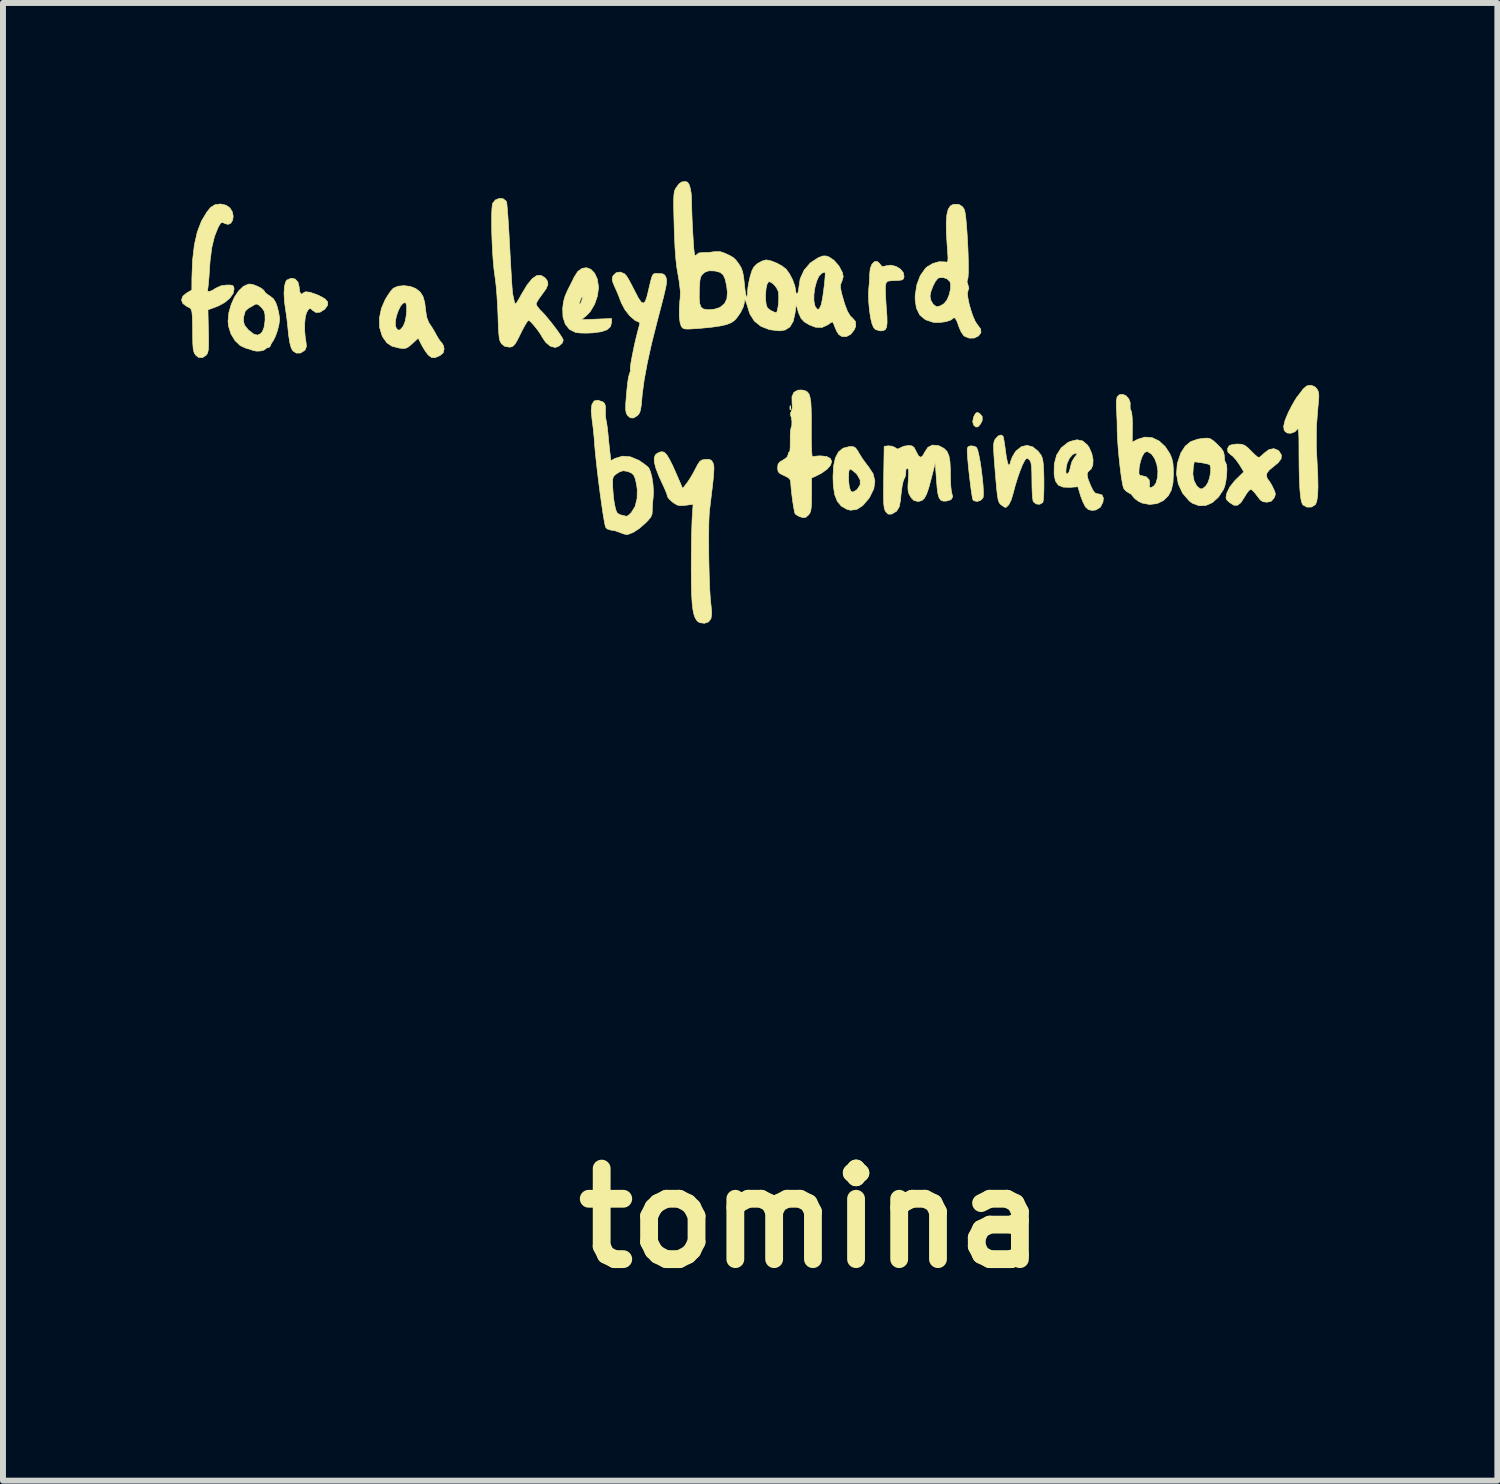
<source format=kicad_pcb>
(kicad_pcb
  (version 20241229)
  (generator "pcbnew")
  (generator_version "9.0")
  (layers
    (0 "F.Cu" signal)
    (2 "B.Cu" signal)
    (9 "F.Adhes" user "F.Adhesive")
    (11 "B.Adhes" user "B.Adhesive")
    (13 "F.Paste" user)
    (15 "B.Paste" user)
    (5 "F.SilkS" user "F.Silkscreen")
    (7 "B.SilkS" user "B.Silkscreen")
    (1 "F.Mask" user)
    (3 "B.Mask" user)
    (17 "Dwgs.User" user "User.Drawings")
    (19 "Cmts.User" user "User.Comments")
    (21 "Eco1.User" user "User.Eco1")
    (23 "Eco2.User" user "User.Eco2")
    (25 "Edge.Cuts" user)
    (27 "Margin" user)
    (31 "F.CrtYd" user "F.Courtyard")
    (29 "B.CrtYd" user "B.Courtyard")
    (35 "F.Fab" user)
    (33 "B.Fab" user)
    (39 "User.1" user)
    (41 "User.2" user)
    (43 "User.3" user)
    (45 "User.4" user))
  (footprint "tomina"
    (layer "F.Cu")
    (at 10.597 17.454)
    (property "Reference" "tomina" (at 0 0 0) (layer "F.SilkS") (effects (font (size 1.524 1.524) (thickness 0.3))))
    (attr through_hole)
    (fp_poly (pts (xy -0.339 -13.672) (xy -0.335 -13.62) (xy -0.339 -13.608) (xy -0.348 -13.605) (xy -0.352 -13.64) (xy -0.348 -13.676) (xy -0.339 -13.672)) (stroke (width 0.01) (type solid)) (fill yes) (layer "F.SilkS"))
    (fp_poly (pts (xy 2.838 -13.548) (xy 2.885 -13.495) (xy 2.885 -13.425) (xy 2.859 -13.372) (xy 2.816 -13.321) (xy 2.779 -13.316) (xy 2.743 -13.347) (xy 2.725 -13.405) (xy 2.74 -13.483) (xy 2.768 -13.538) (xy 2.798 -13.563) (xy 2.838 -13.548)) (stroke (width 0.01) (type solid)) (fill yes) (layer "F.SilkS"))
    (fp_poly (pts (xy 2.756 -12.992) (xy 2.791 -12.97) (xy 2.81 -12.926) (xy 2.83 -12.842) (xy 2.851 -12.731) (xy 2.87 -12.603) (xy 2.886 -12.471) (xy 2.899 -12.345) (xy 2.905 -12.237) (xy 2.905 -12.159) (xy 2.899 -12.126) (xy 2.858 -12.082) (xy 2.801 -12.064) (xy 2.747 -12.075) (xy 2.728 -12.094) (xy 2.72 -12.128) (xy 2.707 -12.202) (xy 2.693 -12.306) (xy 2.678 -12.428) (xy 2.663 -12.557) (xy 2.65 -12.684) (xy 2.64 -12.797) (xy 2.634 -12.886) (xy 2.633 -12.89) (xy 2.634 -12.956) (xy 2.65 -12.987) (xy 2.689 -12.999) (xy 2.695 -13) (xy 2.756 -12.992)) (stroke (width 0.01) (type solid)) (fill yes) (layer "F.SilkS"))
    (fp_poly (pts (xy 8.493 -13.988) (xy 8.52 -13.956) (xy 8.54 -13.919) (xy 8.55 -13.875) (xy 8.551 -13.812) (xy 8.543 -13.717) (xy 8.537 -13.657) (xy 8.511 -13.325) (xy 8.509 -12.986) (xy 8.52 -12.764) (xy 8.533 -12.514) (xy 8.537 -12.313) (xy 8.531 -12.162) (xy 8.515 -12.06) (xy 8.493 -12.01) (xy 8.428 -11.97) (xy 8.353 -11.968) (xy 8.289 -12.002) (xy 8.274 -12.021) (xy 8.257 -12.067) (xy 8.243 -12.149) (xy 8.232 -12.27) (xy 8.224 -12.432) (xy 8.219 -12.639) (xy 8.217 -12.892) (xy 8.217 -12.986) (xy 8.216 -13.136) (xy 8.211 -13.236) (xy 8.204 -13.285) (xy 8.194 -13.284) (xy 8.148 -13.236) (xy 8.078 -13.211) (xy 8.015 -13.217) (xy 7.969 -13.257) (xy 7.959 -13.328) (xy 7.984 -13.433) (xy 8.04 -13.566) (xy 8.091 -13.665) (xy 8.141 -13.754) (xy 8.181 -13.818) (xy 8.19 -13.829) (xy 8.244 -13.898) (xy 8.288 -13.957) (xy 8.351 -14.01) (xy 8.425 -14.02) (xy 8.493 -13.988)) (stroke (width 0.01) (type solid)) (fill yes) (layer "F.SilkS"))
    (fp_poly (pts (xy -3.701 -15.97) (xy -3.639 -15.906) (xy -3.594 -15.809) (xy -3.574 -15.682) (xy -3.573 -15.66) (xy -3.591 -15.522) (xy -3.639 -15.383) (xy -3.711 -15.261) (xy -3.776 -15.193) (xy -3.861 -15.122) (xy -3.353 -15.143) (xy -3.353 -15.082) (xy -3.37 -15.009) (xy -3.426 -14.956) (xy -3.523 -14.921) (xy -3.664 -14.902) (xy -3.67 -14.901) (xy -3.779 -14.897) (xy -3.879 -14.899) (xy -3.951 -14.907) (xy -3.957 -14.908) (xy -4.059 -14.958) (xy -4.131 -15.046) (xy -4.171 -15.167) (xy -4.176 -15.315) (xy -4.167 -15.385) (xy -3.898 -15.385) (xy -3.894 -15.369) (xy -3.874 -15.4) (xy -3.859 -15.434) (xy -3.844 -15.486) (xy -3.844 -15.512) (xy -3.859 -15.498) (xy -3.88 -15.451) (xy -3.882 -15.444) (xy -3.898 -15.385) (xy -4.167 -15.385) (xy -4.163 -15.42) (xy -4.137 -15.517) (xy -4.091 -15.623) (xy -4.046 -15.71) (xy -4.016 -15.77) (xy -3.984 -15.837) (xy -3.922 -15.935) (xy -3.849 -15.987) (xy -3.773 -15.998) (xy -3.701 -15.97)) (stroke (width 0.01) (type solid)) (fill yes) (layer "F.SilkS"))
    (fp_poly (pts (xy 0.717 -12.985) (xy 0.755 -12.963) (xy 0.793 -12.91) (xy 0.812 -12.876) (xy 0.869 -12.784) (xy 0.939 -12.688) (xy 0.968 -12.653) (xy 1.048 -12.531) (xy 1.079 -12.407) (xy 1.061 -12.278) (xy 0.993 -12.139) (xy 0.974 -12.11) (xy 0.875 -11.995) (xy 0.774 -11.93) (xy 0.67 -11.916) (xy 0.61 -11.931) (xy 0.515 -11.984) (xy 0.447 -12.065) (xy 0.402 -12.179) (xy 0.379 -12.332) (xy 0.374 -12.471) (xy 0.375 -12.499) (xy 0.636 -12.499) (xy 0.637 -12.413) (xy 0.646 -12.326) (xy 0.651 -12.297) (xy 0.673 -12.236) (xy 0.71 -12.221) (xy 0.765 -12.253) (xy 0.783 -12.269) (xy 0.831 -12.343) (xy 0.831 -12.425) (xy 0.783 -12.512) (xy 0.754 -12.543) (xy 0.701 -12.588) (xy 0.662 -12.609) (xy 0.652 -12.607) (xy 0.641 -12.57) (xy 0.636 -12.499) (xy 0.375 -12.499) (xy 0.383 -12.657) (xy 0.414 -12.798) (xy 0.467 -12.898) (xy 0.544 -12.96) (xy 0.648 -12.987) (xy 0.665 -12.988) (xy 0.717 -12.985)) (stroke (width 0.01) (type solid)) (fill yes) (layer "F.SilkS"))
    (fp_poly (pts (xy 1.158 -16.07) (xy 1.168 -16.054) (xy 1.196 -16.02) (xy 1.238 -16.021) (xy 1.261 -16.029) (xy 1.346 -16.041) (xy 1.433 -16.02) (xy 1.508 -15.975) (xy 1.558 -15.914) (xy 1.57 -15.845) (xy 1.558 -15.808) (xy 1.526 -15.79) (xy 1.46 -15.783) (xy 1.448 -15.783) (xy 1.357 -15.779) (xy 1.305 -15.773) (xy 1.278 -15.759) (xy 1.265 -15.732) (xy 1.26 -15.712) (xy 1.256 -15.664) (xy 1.257 -15.577) (xy 1.262 -15.464) (xy 1.27 -15.337) (xy 1.271 -15.329) (xy 1.282 -15.179) (xy 1.284 -15.073) (xy 1.277 -15.003) (xy 1.258 -14.961) (xy 1.225 -14.941) (xy 1.176 -14.935) (xy 1.166 -14.935) (xy 1.09 -14.957) (xy 1.057 -14.992) (xy 1.029 -15.059) (xy 1.005 -15.163) (xy 0.987 -15.289) (xy 0.975 -15.424) (xy 0.971 -15.552) (xy 0.976 -15.643) (xy 0.985 -15.744) (xy 0.99 -15.836) (xy 0.991 -15.891) (xy 1.001 -15.985) (xy 1.029 -16.056) (xy 1.069 -16.098) (xy 1.114 -16.105) (xy 1.158 -16.07)) (stroke (width 0.01) (type solid)) (fill yes) (layer "F.SilkS"))
    (fp_poly (pts (xy -8.681 -15.808) (xy -8.632 -15.756) (xy -8.611 -15.672) (xy -8.611 -15.659) (xy -8.602 -15.593) (xy -8.582 -15.556) (xy -8.557 -15.558) (xy -8.547 -15.57) (xy -8.506 -15.593) (xy -8.43 -15.585) (xy -8.317 -15.546) (xy -8.277 -15.529) (xy -8.18 -15.476) (xy -8.132 -15.423) (xy -8.131 -15.368) (xy -8.177 -15.305) (xy -8.187 -15.295) (xy -8.26 -15.249) (xy -8.331 -15.245) (xy -8.382 -15.278) (xy -8.42 -15.311) (xy -8.451 -15.302) (xy -8.485 -15.248) (xy -8.488 -15.242) (xy -8.508 -15.168) (xy -8.519 -15.06) (xy -8.519 -14.936) (xy -8.508 -14.813) (xy -8.497 -14.75) (xy -8.489 -14.677) (xy -8.505 -14.626) (xy -8.522 -14.604) (xy -8.589 -14.562) (xy -8.661 -14.561) (xy -8.718 -14.599) (xy -8.746 -14.65) (xy -8.769 -14.736) (xy -8.789 -14.863) (xy -8.804 -15.011) (xy -8.816 -15.125) (xy -8.833 -15.247) (xy -8.84 -15.289) (xy -8.859 -15.431) (xy -8.866 -15.563) (xy -8.86 -15.674) (xy -8.842 -15.754) (xy -8.82 -15.789) (xy -8.747 -15.821) (xy -8.681 -15.808)) (stroke (width 0.01) (type solid)) (fill yes) (layer "F.SilkS"))
    (fp_poly (pts (xy 6.723 -13.12) (xy 6.771 -13.089) (xy 6.837 -13.03) (xy 6.842 -13.025) (xy 6.91 -12.955) (xy 6.946 -12.9) (xy 6.959 -12.844) (xy 6.96 -12.82) (xy 6.966 -12.755) (xy 6.981 -12.716) (xy 6.984 -12.713) (xy 6.999 -12.678) (xy 7.004 -12.608) (xy 7 -12.518) (xy 6.989 -12.421) (xy 6.971 -12.333) (xy 6.948 -12.268) (xy 6.861 -12.136) (xy 6.76 -12.045) (xy 6.649 -11.996) (xy 6.535 -11.992) (xy 6.423 -12.034) (xy 6.371 -12.072) (xy 6.258 -12.203) (xy 6.186 -12.358) (xy 6.157 -12.521) (xy 6.431 -12.521) (xy 6.451 -12.411) (xy 6.495 -12.327) (xy 6.504 -12.318) (xy 6.551 -12.278) (xy 6.589 -12.275) (xy 6.635 -12.311) (xy 6.655 -12.332) (xy 6.688 -12.387) (xy 6.714 -12.466) (xy 6.729 -12.551) (xy 6.732 -12.626) (xy 6.719 -12.676) (xy 6.711 -12.684) (xy 6.671 -12.697) (xy 6.602 -12.711) (xy 6.57 -12.716) (xy 6.455 -12.732) (xy 6.438 -12.64) (xy 6.431 -12.521) (xy 6.157 -12.521) (xy 6.156 -12.527) (xy 6.169 -12.703) (xy 6.227 -12.876) (xy 6.23 -12.882) (xy 6.302 -12.994) (xy 6.392 -13.069) (xy 6.512 -13.112) (xy 6.607 -13.126) (xy 6.674 -13.13) (xy 6.723 -13.12)) (stroke (width 0.01) (type solid)) (fill yes) (layer "F.SilkS"))
    (fp_poly (pts (xy 4.576 -13.082) (xy 4.656 -13.014) (xy 4.686 -12.97) (xy 4.73 -12.869) (xy 4.751 -12.766) (xy 4.747 -12.675) (xy 4.718 -12.609) (xy 4.699 -12.593) (xy 4.663 -12.559) (xy 4.651 -12.514) (xy 4.665 -12.445) (xy 4.705 -12.345) (xy 4.71 -12.332) (xy 4.749 -12.252) (xy 4.782 -12.209) (xy 4.818 -12.193) (xy 4.838 -12.192) (xy 4.9 -12.174) (xy 4.925 -12.122) (xy 4.918 -12.054) (xy 4.875 -11.968) (xy 4.8 -11.921) (xy 4.741 -11.913) (xy 4.674 -11.925) (xy 4.626 -11.97) (xy 4.614 -11.989) (xy 4.579 -12.06) (xy 4.544 -12.151) (xy 4.533 -12.188) (xy 4.496 -12.311) (xy 4.363 -12.301) (xy 4.246 -12.305) (xy 4.166 -12.339) (xy 4.118 -12.408) (xy 4.096 -12.516) (xy 4.096 -12.562) (xy 4.293 -12.562) (xy 4.3 -12.53) (xy 4.321 -12.527) (xy 4.346 -12.558) (xy 4.366 -12.62) (xy 4.37 -12.645) (xy 4.396 -12.735) (xy 4.441 -12.81) (xy 4.445 -12.814) (xy 4.48 -12.858) (xy 4.478 -12.876) (xy 4.467 -12.878) (xy 4.409 -12.855) (xy 4.355 -12.794) (xy 4.315 -12.708) (xy 4.299 -12.635) (xy 4.293 -12.562) (xy 4.096 -12.562) (xy 4.098 -12.693) (xy 4.138 -12.845) (xy 4.216 -12.967) (xy 4.327 -13.055) (xy 4.367 -13.074) (xy 4.48 -13.102) (xy 4.576 -13.082)) (stroke (width 0.01) (type solid)) (fill yes) (layer "F.SilkS"))
    (fp_poly (pts (xy -6.74 -15.683) (xy -6.648 -15.646) (xy -6.576 -15.59) (xy -6.528 -15.516) (xy -6.498 -15.412) (xy -6.484 -15.291) (xy -6.465 -15.164) (xy -6.43 -15.074) (xy -6.414 -15.05) (xy -6.365 -14.976) (xy -6.315 -14.89) (xy -6.305 -14.87) (xy -6.264 -14.799) (xy -6.224 -14.745) (xy -6.212 -14.734) (xy -6.182 -14.685) (xy -6.172 -14.628) (xy -6.187 -14.566) (xy -6.238 -14.522) (xy -6.247 -14.517) (xy -6.325 -14.484) (xy -6.382 -14.486) (xy -6.433 -14.524) (xy -6.444 -14.535) (xy -6.488 -14.594) (xy -6.536 -14.672) (xy -6.552 -14.702) (xy -6.607 -14.812) (xy -6.709 -14.72) (xy -6.771 -14.666) (xy -6.82 -14.642) (xy -6.874 -14.639) (xy -6.929 -14.646) (xy -7.049 -14.676) (xy -7.134 -14.733) (xy -7.202 -14.827) (xy -7.216 -14.855) (xy -7.258 -14.993) (xy -7.259 -15.027) (xy -6.992 -15.027) (xy -6.985 -14.999) (xy -6.954 -14.95) (xy -6.915 -14.95) (xy -6.869 -15.001) (xy -6.854 -15.026) (xy -6.829 -15.09) (xy -6.812 -15.174) (xy -6.802 -15.263) (xy -6.802 -15.342) (xy -6.813 -15.396) (xy -6.825 -15.411) (xy -6.864 -15.4) (xy -6.905 -15.352) (xy -6.942 -15.277) (xy -6.973 -15.19) (xy -6.991 -15.103) (xy -6.992 -15.027) (xy -7.259 -15.027) (xy -7.261 -15.15) (xy -7.227 -15.314) (xy -7.164 -15.46) (xy -7.112 -15.544) (xy -7.062 -15.615) (xy -7.027 -15.652) (xy -6.95 -15.686) (xy -6.848 -15.696) (xy -6.74 -15.683)) (stroke (width 0.01) (type solid)) (fill yes) (layer "F.SilkS"))
    (fp_poly (pts (xy 7.253 -13.026) (xy 7.305 -13.007) (xy 7.359 -12.965) (xy 7.408 -12.916) (xy 7.468 -12.856) (xy 7.516 -12.815) (xy 7.539 -12.802) (xy 7.568 -12.818) (xy 7.615 -12.86) (xy 7.633 -12.878) (xy 7.713 -12.937) (xy 7.794 -12.953) (xy 7.866 -12.924) (xy 7.883 -12.908) (xy 7.922 -12.844) (xy 7.916 -12.781) (xy 7.865 -12.714) (xy 7.798 -12.659) (xy 7.717 -12.593) (xy 7.677 -12.539) (xy 7.671 -12.509) (xy 7.68 -12.456) (xy 7.695 -12.434) (xy 7.719 -12.404) (xy 7.755 -12.345) (xy 7.776 -12.304) (xy 7.809 -12.232) (xy 7.82 -12.186) (xy 7.809 -12.146) (xy 7.796 -12.12) (xy 7.754 -12.07) (xy 7.692 -12.053) (xy 7.671 -12.052) (xy 7.613 -12.059) (xy 7.568 -12.087) (xy 7.521 -12.147) (xy 7.511 -12.16) (xy 7.463 -12.222) (xy 7.421 -12.261) (xy 7.404 -12.268) (xy 7.374 -12.247) (xy 7.333 -12.193) (xy 7.298 -12.135) (xy 7.238 -12.043) (xy 7.18 -11.999) (xy 7.119 -12.001) (xy 7.047 -12.047) (xy 7.046 -12.048) (xy 7.002 -12.09) (xy 6.988 -12.127) (xy 6.997 -12.182) (xy 7.006 -12.212) (xy 7.052 -12.306) (xy 7.134 -12.41) (xy 7.163 -12.439) (xy 7.289 -12.562) (xy 7.209 -12.693) (xy 7.155 -12.768) (xy 7.101 -12.827) (xy 7.069 -12.85) (xy 7.021 -12.894) (xy 7.014 -12.953) (xy 7.041 -13) (xy 7.084 -13.018) (xy 7.155 -13.029) (xy 7.185 -13.03) (xy 7.253 -13.026)) (stroke (width 0.01) (type solid)) (fill yes) (layer "F.SilkS"))
    (fp_poly (pts (xy -9.383 -15.712) (xy -9.311 -15.684) (xy -9.245 -15.649) (xy -9.203 -15.613) (xy -9.195 -15.596) (xy -9.175 -15.571) (xy -9.126 -15.535) (xy -9.107 -15.524) (xy -9.047 -15.477) (xy -9.006 -15.412) (xy -8.98 -15.339) (xy -8.957 -15.246) (xy -8.943 -15.16) (xy -8.941 -15.126) (xy -8.951 -15.045) (xy -8.975 -14.946) (xy -9.009 -14.849) (xy -9.045 -14.775) (xy -9.059 -14.755) (xy -9.087 -14.709) (xy -9.093 -14.686) (xy -9.114 -14.659) (xy -9.129 -14.656) (xy -9.167 -14.643) (xy -9.174 -14.633) (xy -9.205 -14.611) (xy -9.266 -14.596) (xy -9.334 -14.594) (xy -9.385 -14.605) (xy -9.451 -14.628) (xy -9.502 -14.641) (xy -9.602 -14.686) (xy -9.691 -14.771) (xy -9.759 -14.883) (xy -9.8 -15.012) (xy -9.809 -15.1) (xy -9.808 -15.103) (xy -9.55 -15.103) (xy -9.532 -15.032) (xy -9.471 -14.956) (xy -9.46 -14.945) (xy -9.377 -14.881) (xy -9.311 -14.863) (xy -9.256 -14.89) (xy -9.23 -14.923) (xy -9.203 -14.991) (xy -9.188 -15.087) (xy -9.185 -15.125) (xy -9.187 -15.212) (xy -9.202 -15.27) (xy -9.237 -15.318) (xy -9.252 -15.334) (xy -9.302 -15.378) (xy -9.337 -15.387) (xy -9.367 -15.373) (xy -9.428 -15.336) (xy -9.464 -15.318) (xy -9.518 -15.268) (xy -9.545 -15.176) (xy -9.55 -15.103) (xy -9.808 -15.103) (xy -9.795 -15.241) (xy -9.756 -15.379) (xy -9.699 -15.505) (xy -9.628 -15.61) (xy -9.549 -15.685) (xy -9.467 -15.721) (xy -9.445 -15.723) (xy -9.383 -15.712)) (stroke (width 0.01) (type solid)) (fill yes) (layer "F.SilkS"))
    (fp_poly (pts (xy -9.843 -17.05) (xy -9.779 -17.006) (xy -9.737 -16.939) (xy -9.722 -16.866) (xy -9.731 -16.799) (xy -9.761 -16.749) (xy -9.807 -16.727) (xy -9.857 -16.74) (xy -9.899 -16.759) (xy -9.926 -16.754) (xy -9.953 -16.717) (xy -9.98 -16.667) (xy -10.038 -16.52) (xy -10.082 -16.337) (xy -10.111 -16.111) (xy -10.121 -15.967) (xy -10.129 -15.846) (xy -10.138 -15.742) (xy -10.146 -15.666) (xy -10.152 -15.63) (xy -10.149 -15.601) (xy -10.116 -15.599) (xy -10.062 -15.622) (xy -10.023 -15.649) (xy -9.928 -15.693) (xy -9.836 -15.706) (xy -9.763 -15.706) (xy -9.726 -15.695) (xy -9.711 -15.666) (xy -9.707 -15.64) (xy -9.723 -15.564) (xy -9.779 -15.485) (xy -9.867 -15.411) (xy -9.979 -15.351) (xy -10.008 -15.34) (xy -10.147 -15.289) (xy -10.139 -14.932) (xy -10.136 -14.787) (xy -10.137 -14.684) (xy -10.141 -14.614) (xy -10.151 -14.569) (xy -10.165 -14.539) (xy -10.175 -14.527) (xy -10.24 -14.484) (xy -10.308 -14.49) (xy -10.357 -14.53) (xy -10.38 -14.57) (xy -10.395 -14.632) (xy -10.402 -14.726) (xy -10.403 -14.803) (xy -10.405 -14.974) (xy -10.407 -15.101) (xy -10.411 -15.192) (xy -10.417 -15.253) (xy -10.428 -15.292) (xy -10.444 -15.315) (xy -10.467 -15.33) (xy -10.497 -15.343) (xy -10.568 -15.394) (xy -10.592 -15.455) (xy -10.569 -15.519) (xy -10.507 -15.571) (xy -10.418 -15.623) (xy -10.417 -15.832) (xy -10.405 -16.129) (xy -10.375 -16.384) (xy -10.326 -16.6) (xy -10.256 -16.783) (xy -10.163 -16.937) (xy -10.102 -17.012) (xy -10.027 -17.059) (xy -9.935 -17.071) (xy -9.843 -17.05)) (stroke (width 0.01) (type solid)) (fill yes) (layer "F.SilkS"))
    (fp_poly (pts (xy 3.236 -13.162) (xy 3.245 -13.128) (xy 3.257 -13.058) (xy 3.271 -12.964) (xy 3.275 -12.932) (xy 3.294 -12.797) (xy 3.314 -12.71) (xy 3.332 -12.672) (xy 3.349 -12.683) (xy 3.363 -12.735) (xy 3.392 -12.814) (xy 3.441 -12.895) (xy 3.458 -12.916) (xy 3.546 -12.986) (xy 3.641 -13.008) (xy 3.736 -12.982) (xy 3.825 -12.91) (xy 3.874 -12.845) (xy 3.893 -12.806) (xy 3.906 -12.752) (xy 3.915 -12.674) (xy 3.921 -12.563) (xy 3.924 -12.426) (xy 3.924 -12.295) (xy 3.921 -12.182) (xy 3.915 -12.097) (xy 3.907 -12.05) (xy 3.904 -12.046) (xy 3.854 -12.016) (xy 3.795 -12.021) (xy 3.749 -12.057) (xy 3.742 -12.071) (xy 3.734 -12.119) (xy 3.727 -12.205) (xy 3.723 -12.316) (xy 3.722 -12.426) (xy 3.72 -12.56) (xy 3.715 -12.652) (xy 3.706 -12.713) (xy 3.691 -12.75) (xy 3.679 -12.765) (xy 3.647 -12.791) (xy 3.622 -12.781) (xy 3.597 -12.746) (xy 3.563 -12.68) (xy 3.522 -12.578) (xy 3.479 -12.455) (xy 3.439 -12.324) (xy 3.406 -12.198) (xy 3.404 -12.192) (xy 3.372 -12.087) (xy 3.333 -12.009) (xy 3.292 -11.968) (xy 3.275 -11.963) (xy 3.244 -11.978) (xy 3.201 -12.009) (xy 3.182 -12.028) (xy 3.166 -12.055) (xy 3.153 -12.097) (xy 3.142 -12.161) (xy 3.131 -12.254) (xy 3.119 -12.384) (xy 3.105 -12.552) (xy 3.091 -12.724) (xy 3.082 -12.853) (xy 3.077 -12.946) (xy 3.077 -13.011) (xy 3.082 -13.055) (xy 3.091 -13.087) (xy 3.105 -13.113) (xy 3.108 -13.117) (xy 3.156 -13.167) (xy 3.203 -13.183) (xy 3.236 -13.162)) (stroke (width 0.01) (type solid)) (fill yes) (layer "F.SilkS"))
    (fp_poly (pts (xy -0.104 -13.931) (xy -0.064 -13.912) (xy -0.033 -13.877) (xy -0.013 -13.818) (xy 0.001 -13.732) (xy 0.007 -13.611) (xy 0.01 -13.449) (xy 0.009 -13.291) (xy 0.009 -13.141) (xy 0.011 -13.011) (xy 0.015 -12.908) (xy 0.02 -12.84) (xy 0.027 -12.815) (xy 0.027 -12.815) (xy 0.064 -12.824) (xy 0.131 -12.83) (xy 0.164 -12.831) (xy 0.268 -12.82) (xy 0.33 -12.787) (xy 0.351 -12.737) (xy 0.333 -12.675) (xy 0.276 -12.608) (xy 0.181 -12.54) (xy 0.114 -12.505) (xy 0.013 -12.458) (xy 0.013 -12.175) (xy 0.012 -12.047) (xy 0.007 -11.959) (xy -0.002 -11.902) (xy -0.018 -11.863) (xy -0.036 -11.839) (xy -0.083 -11.798) (xy -0.131 -11.791) (xy -0.194 -11.811) (xy -0.244 -11.839) (xy -0.265 -11.858) (xy -0.275 -11.895) (xy -0.289 -11.968) (xy -0.304 -12.064) (xy -0.318 -12.169) (xy -0.329 -12.269) (xy -0.336 -12.351) (xy -0.337 -12.379) (xy -0.346 -12.428) (xy -0.378 -12.463) (xy -0.447 -12.498) (xy -0.449 -12.499) (xy -0.517 -12.532) (xy -0.549 -12.565) (xy -0.558 -12.612) (xy -0.559 -12.631) (xy -0.551 -12.692) (xy -0.519 -12.731) (xy -0.47 -12.758) (xy -0.401 -12.806) (xy -0.381 -12.853) (xy -0.373 -12.89) (xy -0.361 -12.894) (xy -0.352 -12.911) (xy -0.347 -12.968) (xy -0.346 -13.053) (xy -0.346 -13.076) (xy -0.346 -13.173) (xy -0.342 -13.25) (xy -0.334 -13.294) (xy -0.333 -13.297) (xy -0.319 -13.345) (xy -0.318 -13.416) (xy -0.329 -13.483) (xy -0.339 -13.508) (xy -0.342 -13.554) (xy -0.329 -13.578) (xy -0.31 -13.637) (xy -0.315 -13.719) (xy -0.317 -13.827) (xy -0.284 -13.9) (xy -0.218 -13.937) (xy -0.157 -13.94) (xy -0.104 -13.931)) (stroke (width 0.01) (type solid)) (fill yes) (layer "F.SilkS"))
    (fp_poly (pts (xy -2.46 -12.886) (xy -2.422 -12.845) (xy -2.379 -12.774) (xy -2.326 -12.669) (xy -2.262 -12.525) (xy -2.211 -12.408) (xy -2.157 -12.282) (xy -2.088 -12.369) (xy -2.039 -12.44) (xy -1.983 -12.534) (xy -1.943 -12.61) (xy -1.9 -12.692) (xy -1.866 -12.739) (xy -1.83 -12.762) (xy -1.78 -12.771) (xy -1.772 -12.771) (xy -1.705 -12.771) (xy -1.668 -12.75) (xy -1.647 -12.714) (xy -1.638 -12.69) (xy -1.632 -12.66) (xy -1.63 -12.617) (xy -1.633 -12.557) (xy -1.639 -12.473) (xy -1.651 -12.358) (xy -1.669 -12.208) (xy -1.692 -12.016) (xy -1.703 -11.925) (xy -1.711 -11.832) (xy -1.716 -11.698) (xy -1.718 -11.533) (xy -1.718 -11.346) (xy -1.717 -11.149) (xy -1.713 -10.95) (xy -1.708 -10.76) (xy -1.701 -10.588) (xy -1.692 -10.444) (xy -1.682 -10.337) (xy -1.679 -10.313) (xy -1.667 -10.182) (xy -1.68 -10.091) (xy -1.72 -10.037) (xy -1.789 -10.013) (xy -1.792 -10.013) (xy -1.874 -10.024) (xy -1.911 -10.051) (xy -1.942 -10.095) (xy -1.966 -10.157) (xy -1.984 -10.242) (xy -1.997 -10.355) (xy -2.006 -10.502) (xy -2.01 -10.688) (xy -2.012 -10.919) (xy -2.012 -10.96) (xy -2.011 -11.147) (xy -2.009 -11.33) (xy -2.006 -11.501) (xy -2.002 -11.646) (xy -1.998 -11.757) (xy -1.996 -11.793) (xy -1.981 -12.016) (xy -2.108 -11.999) (xy -2.19 -11.992) (xy -2.248 -12.003) (xy -2.305 -12.037) (xy -2.324 -12.05) (xy -2.378 -12.099) (xy -2.41 -12.139) (xy -2.413 -12.15) (xy -2.423 -12.19) (xy -2.45 -12.257) (xy -2.473 -12.308) (xy -2.553 -12.482) (xy -2.606 -12.618) (xy -2.633 -12.722) (xy -2.636 -12.796) (xy -2.616 -12.848) (xy -2.581 -12.876) (xy -2.536 -12.896) (xy -2.497 -12.901) (xy -2.46 -12.886)) (stroke (width 0.01) (type solid)) (fill yes) (layer "F.SilkS"))
    (fp_poly (pts (xy -3.139 -15.898) (xy -3.107 -15.866) (xy -3.075 -15.817) (xy -3.03 -15.735) (xy -2.979 -15.637) (xy -2.96 -15.599) (xy -2.901 -15.486) (xy -2.855 -15.42) (xy -2.818 -15.402) (xy -2.787 -15.429) (xy -2.76 -15.503) (xy -2.746 -15.558) (xy -2.714 -15.694) (xy -2.691 -15.789) (xy -2.673 -15.849) (xy -2.656 -15.883) (xy -2.635 -15.898) (xy -2.608 -15.901) (xy -2.569 -15.9) (xy -2.564 -15.9) (xy -2.494 -15.895) (xy -2.457 -15.872) (xy -2.438 -15.836) (xy -2.43 -15.811) (xy -2.427 -15.782) (xy -2.429 -15.743) (xy -2.437 -15.687) (xy -2.454 -15.61) (xy -2.479 -15.504) (xy -2.515 -15.364) (xy -2.562 -15.184) (xy -2.587 -15.088) (xy -2.679 -14.724) (xy -2.751 -14.398) (xy -2.804 -14.111) (xy -2.837 -13.867) (xy -2.842 -13.807) (xy -2.853 -13.688) (xy -2.865 -13.608) (xy -2.881 -13.557) (xy -2.904 -13.524) (xy -2.92 -13.508) (xy -2.985 -13.468) (xy -3.038 -13.472) (xy -3.082 -13.509) (xy -3.106 -13.549) (xy -3.116 -13.608) (xy -3.115 -13.701) (xy -3.114 -13.718) (xy -3.098 -13.913) (xy -3.083 -14.06) (xy -3.067 -14.161) (xy -3.05 -14.219) (xy -3.048 -14.223) (xy -3.034 -14.266) (xy -3.038 -14.281) (xy -3.038 -14.311) (xy -3.03 -14.379) (xy -3.013 -14.475) (xy -2.991 -14.588) (xy -2.966 -14.708) (xy -2.939 -14.824) (xy -2.913 -14.926) (xy -2.911 -14.934) (xy -2.891 -15.009) (xy -2.879 -15.06) (xy -2.877 -15.074) (xy -2.961 -15.113) (xy -3.048 -15.189) (xy -3.127 -15.29) (xy -3.188 -15.404) (xy -3.203 -15.443) (xy -3.231 -15.518) (xy -3.27 -15.611) (xy -3.296 -15.668) (xy -3.33 -15.749) (xy -3.343 -15.801) (xy -3.337 -15.842) (xy -3.326 -15.865) (xy -3.275 -15.914) (xy -3.208 -15.925) (xy -3.139 -15.898)) (stroke (width 0.01) (type solid)) (fill yes) (layer "F.SilkS"))
    (fp_poly (pts (xy 5.303 -13.846) (xy 5.352 -13.792) (xy 5.377 -13.724) (xy 5.375 -13.683) (xy 5.376 -13.625) (xy 5.389 -13.596) (xy 5.402 -13.555) (xy 5.41 -13.473) (xy 5.414 -13.36) (xy 5.413 -13.312) (xy 5.41 -13.061) (xy 5.505 -13.111) (xy 5.625 -13.147) (xy 5.746 -13.137) (xy 5.862 -13.082) (xy 5.965 -12.987) (xy 6.043 -12.868) (xy 6.076 -12.79) (xy 6.095 -12.709) (xy 6.103 -12.607) (xy 6.104 -12.539) (xy 6.096 -12.377) (xy 6.068 -12.254) (xy 6.017 -12.159) (xy 5.939 -12.082) (xy 5.938 -12.081) (xy 5.829 -12.028) (xy 5.704 -12.013) (xy 5.579 -12.036) (xy 5.517 -12.065) (xy 5.459 -12.108) (xy 5.423 -12.147) (xy 5.42 -12.153) (xy 5.385 -12.191) (xy 5.356 -12.206) (xy 5.305 -12.239) (xy 5.271 -12.277) (xy 5.255 -12.322) (xy 5.238 -12.408) (xy 5.22 -12.526) (xy 5.219 -12.538) (xy 5.523 -12.538) (xy 5.534 -12.506) (xy 5.564 -12.497) (xy 5.576 -12.497) (xy 5.649 -12.477) (xy 5.696 -12.426) (xy 5.704 -12.357) (xy 5.703 -12.351) (xy 5.698 -12.307) (xy 5.721 -12.296) (xy 5.733 -12.298) (xy 5.777 -12.326) (xy 5.809 -12.371) (xy 5.838 -12.47) (xy 5.842 -12.58) (xy 5.824 -12.689) (xy 5.788 -12.787) (xy 5.736 -12.861) (xy 5.673 -12.9) (xy 5.647 -12.903) (xy 5.612 -12.88) (xy 5.577 -12.82) (xy 5.548 -12.735) (xy 5.528 -12.639) (xy 5.525 -12.606) (xy 5.523 -12.538) (xy 5.219 -12.538) (xy 5.203 -12.666) (xy 5.187 -12.818) (xy 5.173 -12.972) (xy 5.163 -13.119) (xy 5.157 -13.249) (xy 5.157 -13.297) (xy 5.155 -13.42) (xy 5.149 -13.553) (xy 5.144 -13.638) (xy 5.142 -13.751) (xy 5.156 -13.822) (xy 5.191 -13.858) (xy 5.245 -13.868) (xy 5.303 -13.846)) (stroke (width 0.01) (type solid)) (fill yes) (layer "F.SilkS"))
    (fp_poly (pts (xy 2.145 -13.004) (xy 2.171 -12.994) (xy 2.242 -12.956) (xy 2.292 -12.907) (xy 2.324 -12.836) (xy 2.342 -12.736) (xy 2.35 -12.597) (xy 2.35 -12.536) (xy 2.352 -12.418) (xy 2.357 -12.316) (xy 2.365 -12.242) (xy 2.371 -12.213) (xy 2.388 -12.141) (xy 2.36 -12.094) (xy 2.287 -12.071) (xy 2.28 -12.07) (xy 2.226 -12.07) (xy 2.187 -12.086) (xy 2.16 -12.124) (xy 2.14 -12.191) (xy 2.126 -12.296) (xy 2.114 -12.444) (xy 2.114 -12.446) (xy 2.095 -12.713) (xy 2.023 -12.433) (xy 1.984 -12.287) (xy 1.948 -12.185) (xy 1.912 -12.118) (xy 1.872 -12.081) (xy 1.823 -12.066) (xy 1.799 -12.065) (xy 1.737 -12.079) (xy 1.688 -12.129) (xy 1.676 -12.148) (xy 1.65 -12.198) (xy 1.637 -12.252) (xy 1.635 -12.325) (xy 1.642 -12.427) (xy 1.648 -12.536) (xy 1.645 -12.599) (xy 1.632 -12.623) (xy 1.629 -12.624) (xy 1.601 -12.602) (xy 1.598 -12.537) (xy 1.599 -12.527) (xy 1.588 -12.477) (xy 1.58 -12.463) (xy 1.557 -12.41) (xy 1.536 -12.314) (xy 1.519 -12.183) (xy 1.511 -12.092) (xy 1.49 -11.977) (xy 1.445 -11.901) (xy 1.369 -11.855) (xy 1.354 -11.85) (xy 1.302 -11.851) (xy 1.26 -11.893) (xy 1.258 -11.895) (xy 1.245 -11.923) (xy 1.235 -11.963) (xy 1.228 -12.024) (xy 1.225 -12.112) (xy 1.224 -12.233) (xy 1.226 -12.396) (xy 1.227 -12.474) (xy 1.235 -12.992) (xy 1.306 -13) (xy 1.373 -12.993) (xy 1.418 -12.971) (xy 1.457 -12.946) (xy 1.495 -12.958) (xy 1.51 -12.969) (xy 1.57 -12.994) (xy 1.645 -13.005) (xy 1.645 -13.005) (xy 1.702 -12.999) (xy 1.738 -12.973) (xy 1.77 -12.912) (xy 1.774 -12.903) (xy 1.813 -12.83) (xy 1.85 -12.807) (xy 1.886 -12.834) (xy 1.916 -12.891) (xy 1.972 -12.975) (xy 2.049 -13.013) (xy 2.145 -13.004)) (stroke (width 0.01) (type solid)) (fill yes) (layer "F.SilkS"))
    (fp_poly (pts (xy 2.474 -17.064) (xy 2.501 -17.059) (xy 2.553 -17.025) (xy 2.586 -16.974) (xy 2.598 -16.92) (xy 2.61 -16.829) (xy 2.621 -16.709) (xy 2.631 -16.571) (xy 2.64 -16.421) (xy 2.647 -16.27) (xy 2.651 -16.126) (xy 2.653 -15.998) (xy 2.651 -15.894) (xy 2.646 -15.824) (xy 2.638 -15.797) (xy 2.629 -15.763) (xy 2.644 -15.715) (xy 2.661 -15.653) (xy 2.647 -15.614) (xy 2.637 -15.57) (xy 2.644 -15.492) (xy 2.664 -15.393) (xy 2.694 -15.286) (xy 2.729 -15.182) (xy 2.767 -15.096) (xy 2.804 -15.039) (xy 2.805 -15.039) (xy 2.858 -14.968) (xy 2.865 -14.908) (xy 2.826 -14.853) (xy 2.824 -14.85) (xy 2.751 -14.814) (xy 2.665 -14.813) (xy 2.588 -14.844) (xy 2.57 -14.86) (xy 2.53 -14.919) (xy 2.496 -14.996) (xy 2.493 -15.006) (xy 2.458 -15.103) (xy 2.427 -15.152) (xy 2.4 -15.153) (xy 2.391 -15.142) (xy 2.348 -15.113) (xy 2.272 -15.09) (xy 2.18 -15.077) (xy 2.089 -15.076) (xy 2.057 -15.08) (xy 1.929 -15.123) (xy 1.835 -15.202) (xy 1.778 -15.317) (xy 1.756 -15.467) (xy 1.757 -15.519) (xy 2.007 -15.519) (xy 2.023 -15.444) (xy 2.062 -15.38) (xy 2.113 -15.344) (xy 2.132 -15.342) (xy 2.183 -15.357) (xy 2.243 -15.393) (xy 2.292 -15.454) (xy 2.33 -15.543) (xy 2.352 -15.641) (xy 2.353 -15.727) (xy 2.341 -15.766) (xy 2.293 -15.811) (xy 2.225 -15.833) (xy 2.158 -15.828) (xy 2.136 -15.816) (xy 2.095 -15.764) (xy 2.054 -15.683) (xy 2.022 -15.596) (xy 2.007 -15.522) (xy 2.007 -15.519) (xy 1.757 -15.519) (xy 1.758 -15.538) (xy 1.786 -15.714) (xy 1.844 -15.866) (xy 1.928 -15.985) (xy 1.956 -16.011) (xy 2.052 -16.068) (xy 2.16 -16.099) (xy 2.26 -16.096) (xy 2.264 -16.095) (xy 2.287 -16.091) (xy 2.302 -16.098) (xy 2.308 -16.124) (xy 2.309 -16.178) (xy 2.303 -16.269) (xy 2.296 -16.366) (xy 2.282 -16.585) (xy 2.28 -16.758) (xy 2.29 -16.889) (xy 2.313 -16.982) (xy 2.351 -17.039) (xy 2.404 -17.066) (xy 2.474 -17.064)) (stroke (width 0.01) (type solid)) (fill yes) (layer "F.SilkS"))
    (fp_poly (pts (xy -5.179 -17.159) (xy -5.13 -17.121) (xy -5.12 -17.103) (xy -5.115 -17.068) (xy -5.108 -16.989) (xy -5.099 -16.873) (xy -5.089 -16.726) (xy -5.079 -16.557) (xy -5.069 -16.37) (xy -5.067 -16.335) (xy -5.057 -16.146) (xy -5.047 -15.972) (xy -5.038 -15.819) (xy -5.03 -15.695) (xy -5.023 -15.606) (xy -5.019 -15.561) (xy -5.018 -15.557) (xy -5.004 -15.494) (xy -4.991 -15.432) (xy -4.982 -15.399) (xy -4.971 -15.39) (xy -4.951 -15.409) (xy -4.918 -15.462) (xy -4.867 -15.554) (xy -4.861 -15.564) (xy -4.772 -15.712) (xy -4.69 -15.812) (xy -4.616 -15.864) (xy -4.546 -15.871) (xy -4.479 -15.832) (xy -4.47 -15.824) (xy -4.431 -15.77) (xy -4.425 -15.714) (xy -4.455 -15.644) (xy -4.521 -15.551) (xy -4.574 -15.479) (xy -4.611 -15.419) (xy -4.623 -15.387) (xy -4.606 -15.348) (xy -4.562 -15.295) (xy -4.544 -15.277) (xy -4.487 -15.217) (xy -4.419 -15.137) (xy -4.346 -15.046) (xy -4.277 -14.955) (xy -4.219 -14.872) (xy -4.179 -14.809) (xy -4.166 -14.776) (xy -4.187 -14.725) (xy -4.238 -14.68) (xy -4.298 -14.656) (xy -4.308 -14.656) (xy -4.386 -14.679) (xy -4.461 -14.741) (xy -4.512 -14.816) (xy -4.552 -14.884) (xy -4.605 -14.959) (xy -4.662 -15.03) (xy -4.712 -15.085) (xy -4.747 -15.112) (xy -4.752 -15.113) (xy -4.772 -15.092) (xy -4.808 -15.034) (xy -4.854 -14.95) (xy -4.883 -14.891) (xy -4.935 -14.787) (xy -4.973 -14.721) (xy -5.005 -14.684) (xy -5.037 -14.666) (xy -5.068 -14.661) (xy -5.148 -14.673) (xy -5.198 -14.712) (xy -5.218 -14.737) (xy -5.233 -14.77) (xy -5.244 -14.817) (xy -5.251 -14.888) (xy -5.258 -14.99) (xy -5.263 -15.132) (xy -5.265 -15.202) (xy -5.273 -15.367) (xy -5.283 -15.534) (xy -5.296 -15.688) (xy -5.31 -15.814) (xy -5.318 -15.862) (xy -5.332 -15.971) (xy -5.345 -16.108) (xy -5.356 -16.263) (xy -5.364 -16.427) (xy -5.37 -16.591) (xy -5.372 -16.746) (xy -5.372 -16.883) (xy -5.367 -16.992) (xy -5.359 -17.064) (xy -5.354 -17.084) (xy -5.308 -17.139) (xy -5.244 -17.164) (xy -5.179 -17.159)) (stroke (width 0.01) (type solid)) (fill yes) (layer "F.SilkS"))
    (fp_poly (pts (xy -3.502 -13.74) (xy -3.502 -13.74) (xy -3.47 -13.712) (xy -3.456 -13.663) (xy -3.456 -13.594) (xy -3.456 -13.514) (xy -3.45 -13.452) (xy -3.446 -13.437) (xy -3.437 -13.393) (xy -3.426 -13.316) (xy -3.415 -13.221) (xy -3.415 -13.221) (xy -3.404 -13.102) (xy -3.391 -12.978) (xy -3.382 -12.897) (xy -3.365 -12.751) (xy -3.293 -12.789) (xy -3.169 -12.826) (xy -3.036 -12.815) (xy -2.899 -12.758) (xy -2.882 -12.748) (xy -2.808 -12.697) (xy -2.749 -12.65) (xy -2.726 -12.627) (xy -2.698 -12.563) (xy -2.673 -12.466) (xy -2.656 -12.351) (xy -2.648 -12.235) (xy -2.653 -12.136) (xy -2.653 -12.133) (xy -2.663 -12.035) (xy -2.668 -11.94) (xy -2.668 -11.908) (xy -2.672 -11.851) (xy -2.693 -11.801) (xy -2.74 -11.743) (xy -2.787 -11.696) (xy -2.89 -11.607) (xy -2.989 -11.543) (xy -3.074 -11.51) (xy -3.104 -11.507) (xy -3.148 -11.517) (xy -3.213 -11.541) (xy -3.222 -11.545) (xy -3.297 -11.571) (xy -3.364 -11.582) (xy -3.368 -11.582) (xy -3.424 -11.6) (xy -3.452 -11.628) (xy -3.464 -11.67) (xy -3.48 -11.755) (xy -3.5 -11.875) (xy -3.521 -12.021) (xy -3.544 -12.187) (xy -3.567 -12.363) (xy -3.567 -12.364) (xy -3.336 -12.364) (xy -3.333 -12.292) (xy -3.325 -12.176) (xy -3.311 -12.06) (xy -3.295 -11.976) (xy -3.277 -11.908) (xy -3.256 -11.867) (xy -3.218 -11.843) (xy -3.151 -11.825) (xy -3.097 -11.814) (xy -3.072 -11.829) (xy -3.028 -11.868) (xy -3.021 -11.877) (xy -2.958 -11.978) (xy -2.924 -12.111) (xy -2.921 -12.264) (xy -2.931 -12.341) (xy -2.953 -12.442) (xy -2.979 -12.505) (xy -3.018 -12.542) (xy -3.079 -12.567) (xy -3.093 -12.571) (xy -3.158 -12.581) (xy -3.217 -12.562) (xy -3.257 -12.538) (xy -3.299 -12.507) (xy -3.324 -12.477) (xy -3.334 -12.434) (xy -3.336 -12.364) (xy -3.567 -12.364) (xy -3.589 -12.543) (xy -3.609 -12.719) (xy -3.626 -12.882) (xy -3.639 -13.025) (xy -3.646 -13.126) (xy -3.655 -13.222) (xy -3.668 -13.341) (xy -3.682 -13.445) (xy -3.696 -13.592) (xy -3.684 -13.695) (xy -3.648 -13.754) (xy -3.587 -13.769) (xy -3.502 -13.74)) (stroke (width 0.01) (type solid)) (fill yes) (layer "F.SilkS"))
    (fp_poly (pts (xy -2.075 -17.438) (xy -2.047 -17.396) (xy -2.032 -17.348) (xy -2.014 -17.255) (xy -2.007 -17.161) (xy -2.007 -17.151) (xy -2.006 -17.072) (xy -2.003 -16.956) (xy -1.998 -16.818) (xy -1.991 -16.67) (xy -1.983 -16.528) (xy -1.975 -16.403) (xy -1.968 -16.309) (xy -1.965 -16.282) (xy -1.955 -16.217) (xy -1.943 -16.195) (xy -1.927 -16.213) (xy -1.926 -16.213) (xy -1.886 -16.246) (xy -1.811 -16.253) (xy -1.808 -16.253) (xy -1.717 -16.255) (xy -1.631 -16.267) (xy -1.631 -16.267) (xy -1.527 -16.269) (xy -1.453 -16.244) (xy -1.365 -16.204) (xy -1.308 -16.171) (xy -1.266 -16.133) (xy -1.224 -16.079) (xy -1.211 -16.061) (xy -1.173 -15.999) (xy -1.148 -15.932) (xy -1.131 -15.843) (xy -1.119 -15.739) (xy -1.107 -15.626) (xy -1.094 -15.546) (xy -1.082 -15.504) (xy -1.073 -15.504) (xy -1.066 -15.548) (xy -1.066 -15.553) (xy -0.761 -15.553) (xy -0.761 -15.458) (xy -0.75 -15.375) (xy -0.73 -15.321) (xy -0.729 -15.32) (xy -0.679 -15.281) (xy -0.612 -15.249) (xy -0.58 -15.242) (xy -0.567 -15.264) (xy -0.554 -15.322) (xy -0.545 -15.377) (xy -0.541 -15.441) (xy 0.052 -15.441) (xy 0.07 -15.355) (xy 0.077 -15.34) (xy 0.111 -15.297) (xy 0.142 -15.304) (xy 0.17 -15.361) (xy 0.175 -15.373) (xy 0.187 -15.428) (xy 0.202 -15.511) (xy 0.216 -15.611) (xy 0.229 -15.715) (xy 0.238 -15.809) (xy 0.243 -15.882) (xy 0.242 -15.919) (xy 0.241 -15.922) (xy 0.215 -15.918) (xy 0.183 -15.903) (xy 0.136 -15.854) (xy 0.098 -15.769) (xy 0.069 -15.662) (xy 0.053 -15.548) (xy 0.052 -15.441) (xy -0.541 -15.441) (xy -0.539 -15.472) (xy -0.541 -15.559) (xy -0.545 -15.593) (xy -0.571 -15.651) (xy -0.614 -15.708) (xy -0.663 -15.749) (xy -0.703 -15.763) (xy -0.711 -15.761) (xy -0.736 -15.721) (xy -0.753 -15.646) (xy -0.761 -15.553) (xy -1.066 -15.553) (xy -1.065 -15.585) (xy -1.058 -15.664) (xy -1.04 -15.766) (xy -1.021 -15.849) (xy -0.991 -15.946) (xy -0.959 -16.009) (xy -0.915 -16.054) (xy -0.892 -16.071) (xy -0.822 -16.109) (xy -0.759 -16.128) (xy -0.749 -16.129) (xy -0.673 -16.114) (xy -0.578 -16.078) (xy -0.486 -16.028) (xy -0.417 -15.975) (xy -0.414 -15.972) (xy -0.358 -15.894) (xy -0.306 -15.795) (xy -0.269 -15.693) (xy -0.255 -15.613) (xy -0.247 -15.566) (xy -0.229 -15.557) (xy -0.211 -15.592) (xy -0.203 -15.651) (xy -0.179 -15.811) (xy -0.112 -15.957) (xy -0.007 -16.079) (xy 0.127 -16.167) (xy 0.129 -16.168) (xy 0.2 -16.195) (xy 0.254 -16.196) (xy 0.305 -16.18) (xy 0.391 -16.122) (xy 0.471 -16.031) (xy 0.53 -15.922) (xy 0.532 -15.917) (xy 0.546 -15.846) (xy 0.525 -15.775) (xy 0.523 -15.77) (xy 0.503 -15.721) (xy 0.499 -15.671) (xy 0.511 -15.601) (xy 0.523 -15.55) (xy 0.571 -15.385) (xy 0.617 -15.265) (xy 0.664 -15.186) (xy 0.702 -15.151) (xy 0.752 -15.093) (xy 0.757 -15.015) (xy 0.732 -14.953) (xy 0.673 -14.878) (xy 0.6 -14.839) (xy 0.526 -14.839) (xy 0.474 -14.871) (xy 0.44 -14.921) (xy 0.409 -14.991) (xy 0.406 -14.998) (xy 0.384 -15.056) (xy 0.366 -15.086) (xy 0.364 -15.088) (xy 0.337 -15.073) (xy 0.289 -15.039) (xy 0.286 -15.037) (xy 0.191 -14.993) (xy 0.08 -14.996) (xy -0.022 -15.035) (xy -0.109 -15.087) (xy -0.164 -15.146) (xy -0.202 -15.23) (xy -0.215 -15.271) (xy -0.247 -15.379) (xy -0.265 -15.233) (xy -0.296 -15.096) (xy -0.351 -15.002) (xy -0.432 -14.95) (xy -0.526 -14.935) (xy -0.695 -14.955) (xy -0.838 -15.011) (xy -0.95 -15.1) (xy -1.025 -15.219) (xy -1.043 -15.272) (xy -1.066 -15.351) (xy -1.088 -15.417) (xy -1.093 -15.431) (xy -1.109 -15.464) (xy -1.115 -15.451) (xy -1.116 -15.423) (xy -1.135 -15.341) (xy -1.182 -15.244) (xy -1.247 -15.152) (xy -1.287 -15.109) (xy -1.341 -15.072) (xy -1.419 -15.041) (xy -1.528 -15.017) (xy -1.672 -14.996) (xy -1.86 -14.978) (xy -1.93 -14.973) (xy -2.036 -14.966) (xy -2.103 -14.966) (xy -2.142 -14.974) (xy -2.166 -14.993) (xy -2.181 -15.014) (xy -2.201 -15.078) (xy -2.213 -15.18) (xy -2.213 -15.306) (xy -2.204 -15.444) (xy -2.198 -15.487) (xy -2.198 -15.489) (xy -1.878 -15.489) (xy -1.87 -15.395) (xy -1.848 -15.336) (xy -1.809 -15.304) (xy -1.747 -15.292) (xy -1.711 -15.291) (xy -1.622 -15.3) (xy -1.541 -15.325) (xy -1.523 -15.334) (xy -1.451 -15.394) (xy -1.412 -15.476) (xy -1.404 -15.586) (xy -1.416 -15.692) (xy -1.441 -15.805) (xy -1.474 -15.877) (xy -1.524 -15.919) (xy -1.599 -15.94) (xy -1.63 -15.944) (xy -1.716 -15.946) (xy -1.778 -15.924) (xy -1.804 -15.905) (xy -1.834 -15.876) (xy -1.854 -15.84) (xy -1.866 -15.786) (xy -1.872 -15.701) (xy -1.876 -15.626) (xy -1.878 -15.489) (xy -2.198 -15.489) (xy -2.196 -15.605) (xy -2.215 -15.768) (xy -2.233 -15.872) (xy -2.255 -16.002) (xy -2.272 -16.151) (xy -2.285 -16.328) (xy -2.295 -16.541) (xy -2.3 -16.702) (xy -2.305 -16.887) (xy -2.308 -17.029) (xy -2.308 -17.134) (xy -2.305 -17.21) (xy -2.299 -17.263) (xy -2.29 -17.3) (xy -2.276 -17.329) (xy -2.27 -17.339) (xy -2.22 -17.407) (xy -2.176 -17.44) (xy -2.119 -17.449) (xy -2.116 -17.449) (xy -2.075 -17.438)) (stroke (width 0.01) (type solid)) (fill yes) (layer "F.SilkS")))
  (gr_rect
    (start -3 -3)
    (end 22.153 21.872)
    (stroke (width 0.1) (type default))
    (fill no)
    (layer "Edge.Cuts")))
</source>
